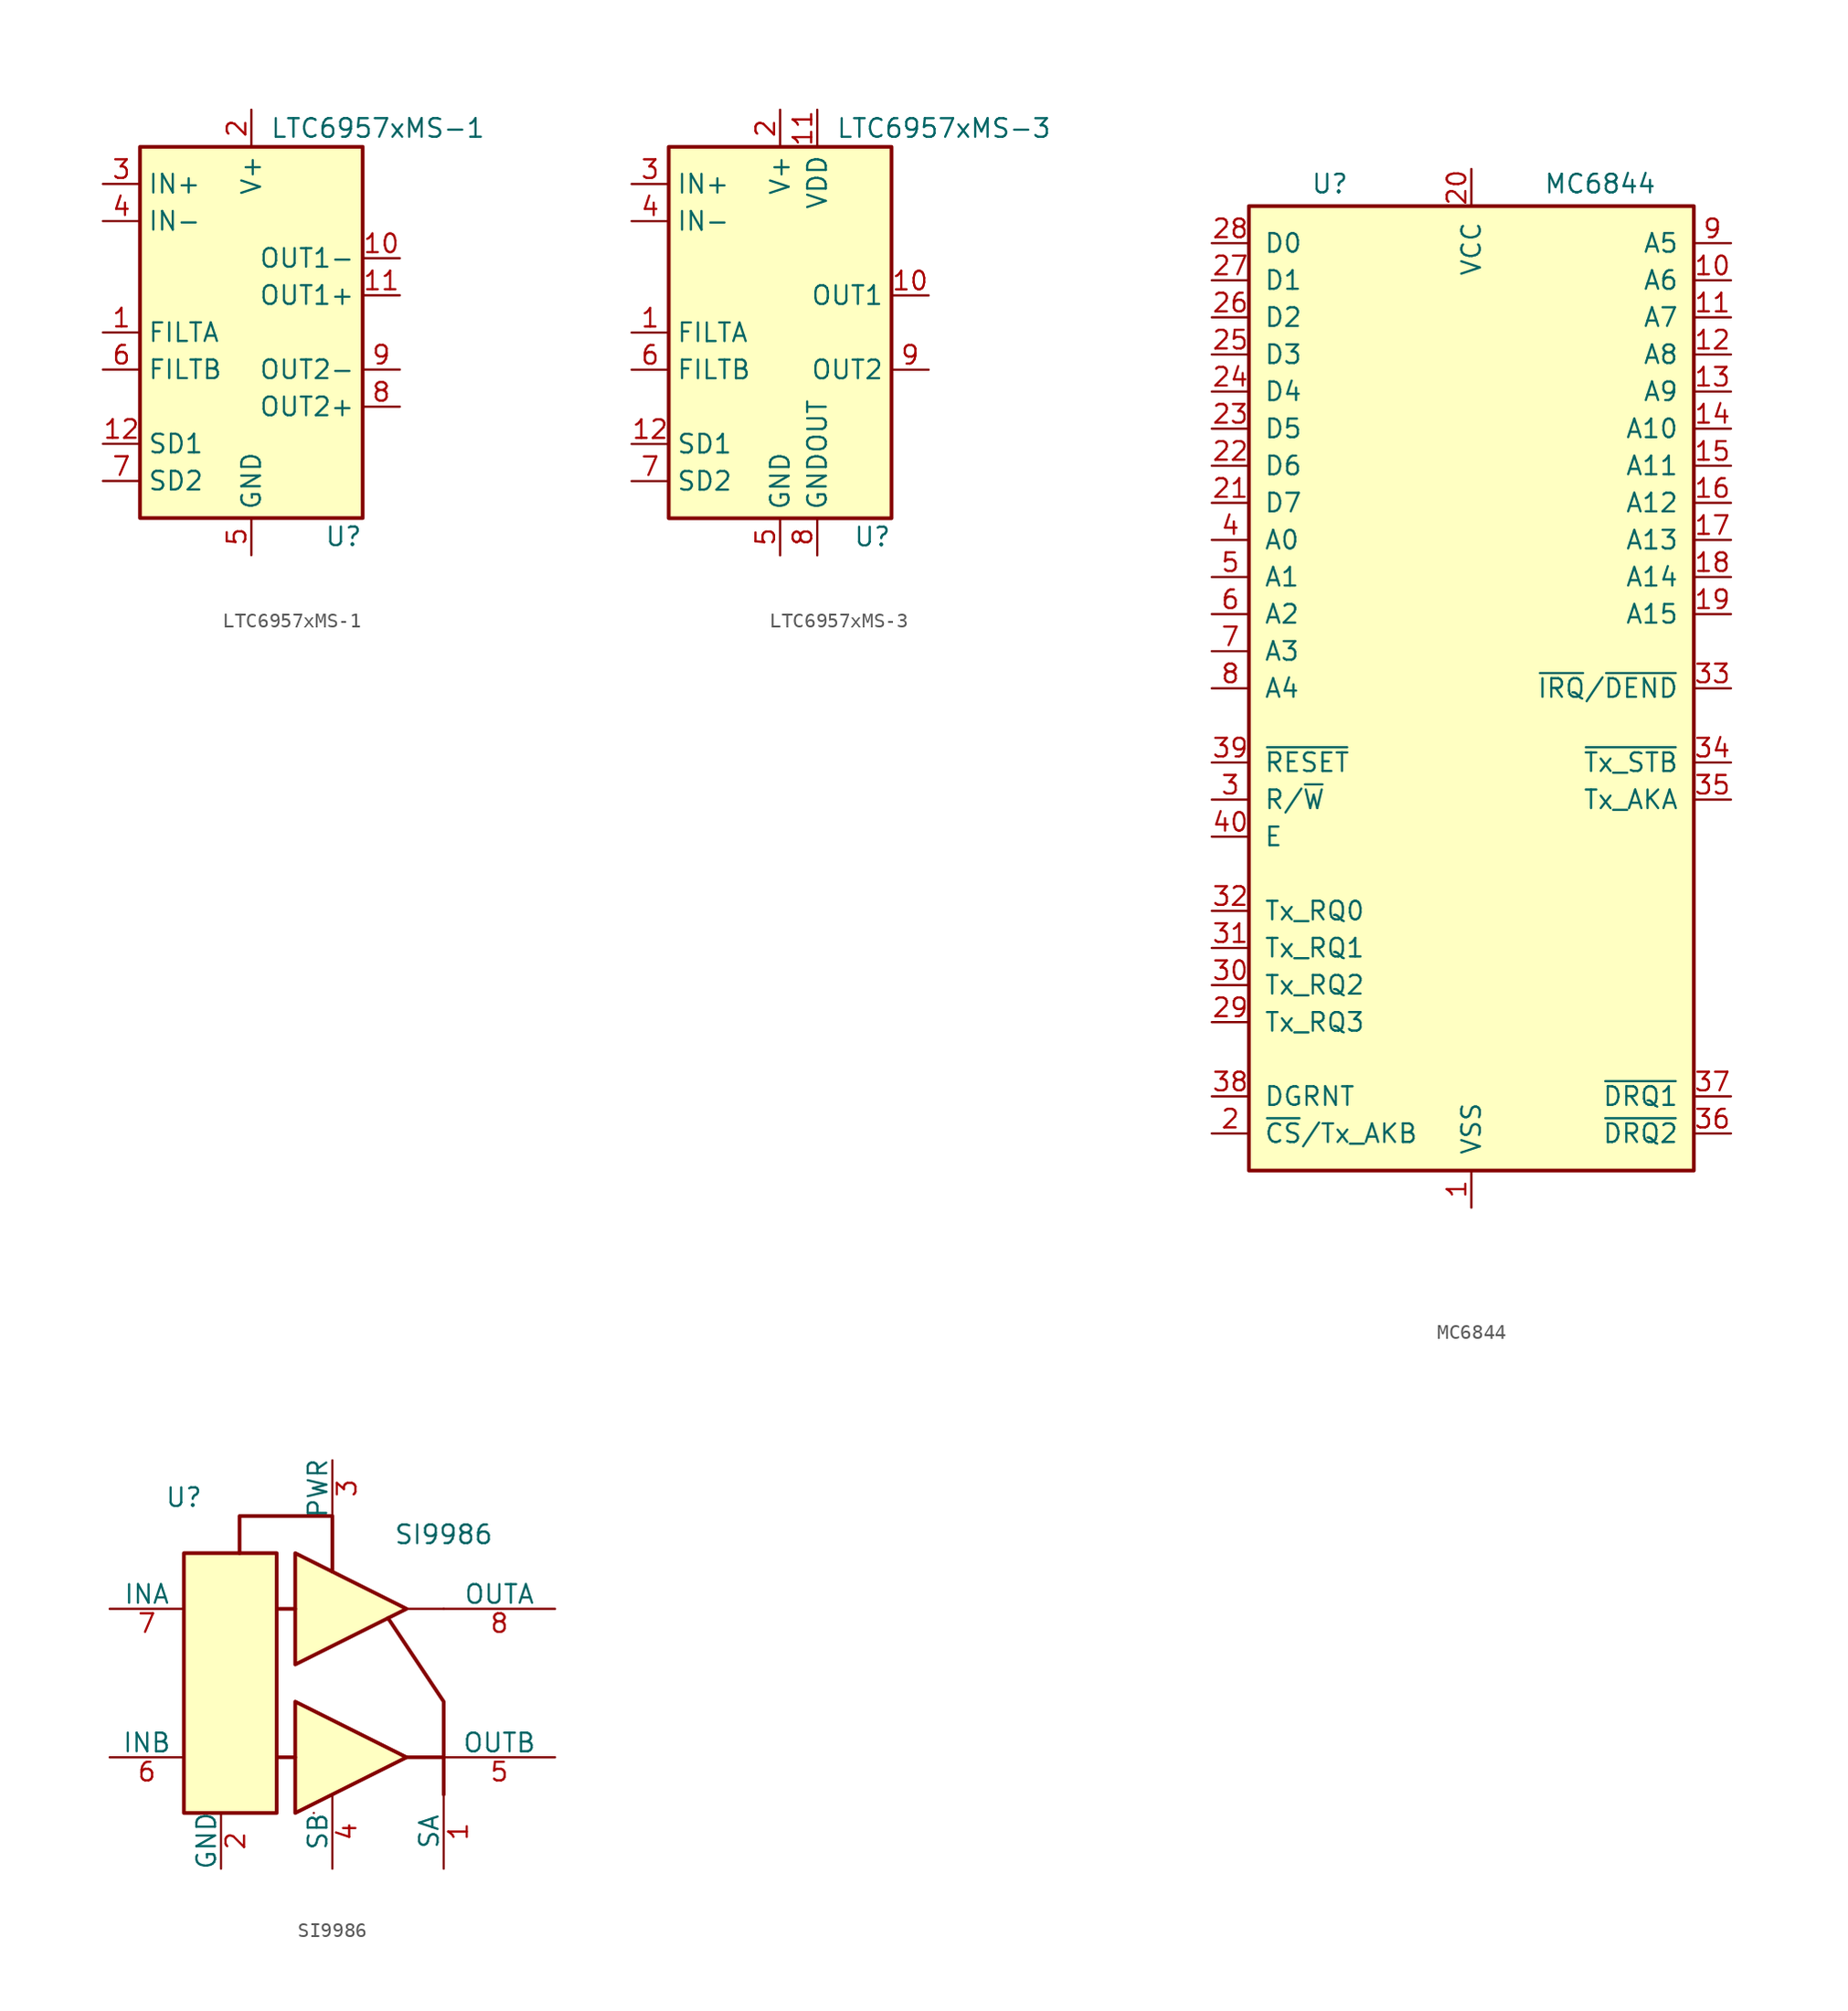
<source format=kicad_sym>
(kicad_symbol_lib
  (version 20201005)
  (generator kicad_symbol_editor)
  (symbol "LTC6957xMS-1"
    (property "Reference" "U"
      (at 7.62 -13.97 0)
      (effects (font (size 1.27 1.27)) (justify right)))
    (property "Value" "LTC6957xMS-1"
      (at 1.27 13.97 0)
      (effects (font (size 1.27 1.27)) (justify left)))
    (symbol "LTC6957xMS-1_0_1"
      (rectangle (start -7.62 12.7) (end 7.62 -12.7) (stroke (width 0.254)) (fill (type background))))
    (symbol "LTC6957xMS-1_1_1"
      (pin input line (at -10.16 0 0) (length 2.54) (name "FILTA" (effects (font (size 1.27 1.27)))) (number "1" (effects (font (size 1.27 1.27)))))
      (pin open_emitter line (at 10.16 5.08 180) (length 2.54) (name "OUT1-" (effects (font (size 1.27 1.27)))) (number "10" (effects (font (size 1.27 1.27)))))
      (pin open_emitter line (at 10.16 2.54 180) (length 2.54) (name "OUT1+" (effects (font (size 1.27 1.27)))) (number "11" (effects (font (size 1.27 1.27)))))
      (pin input line (at -10.16 -7.62 0) (length 2.54) (name "SD1" (effects (font (size 1.27 1.27)))) (number "12" (effects (font (size 1.27 1.27)))))
      (pin power_in line (at 0 15.24 270) (length 2.54) (name "V+" (effects (font (size 1.27 1.27)))) (number "2" (effects (font (size 1.27 1.27)))))
      (pin input line (at -10.16 10.16 0) (length 2.54) (name "IN+" (effects (font (size 1.27 1.27)))) (number "3" (effects (font (size 1.27 1.27)))))
      (pin input line (at -10.16 7.62 0) (length 2.54) (name "IN-" (effects (font (size 1.27 1.27)))) (number "4" (effects (font (size 1.27 1.27)))))
      (pin power_in line (at 0 -15.24 90) (length 2.54) (name "GND" (effects (font (size 1.27 1.27)))) (number "5" (effects (font (size 1.27 1.27)))))
      (pin input line (at -10.16 -2.54 0) (length 2.54) (name "FILTB" (effects (font (size 1.27 1.27)))) (number "6" (effects (font (size 1.27 1.27)))))
      (pin input line (at -10.16 -10.16 0) (length 2.54) (name "SD2" (effects (font (size 1.27 1.27)))) (number "7" (effects (font (size 1.27 1.27)))))
      (pin open_emitter line (at 10.16 -5.08 180) (length 2.54) (name "OUT2+" (effects (font (size 1.27 1.27)))) (number "8" (effects (font (size 1.27 1.27)))))
      (pin open_emitter line (at 10.16 -2.54 180) (length 2.54) (name "OUT2-" (effects (font (size 1.27 1.27)))) (number "9" (effects (font (size 1.27 1.27)))))))
  (symbol "LTC6957xMS-3"
    (property "Reference" "U"
      (at 7.62 -13.97 0)
      (effects (font (size 1.27 1.27)) (justify right)))
    (property "Value" "LTC6957xMS-3"
      (at 3.81 13.97 0)
      (effects (font (size 1.27 1.27)) (justify left)))
    (symbol "LTC6957xMS-3_0_1"
      (rectangle (start -7.62 12.7) (end 7.62 -12.7) (stroke (width 0.254)) (fill (type background))))
    (symbol "LTC6957xMS-3_1_1"
      (pin input line (at -10.16 0 0) (length 2.54) (name "FILTA" (effects (font (size 1.27 1.27)))) (number "1" (effects (font (size 1.27 1.27)))))
      (pin output line (at 10.16 2.54 180) (length 2.54) (name "OUT1" (effects (font (size 1.27 1.27)))) (number "10" (effects (font (size 1.27 1.27)))))
      (pin power_in line (at 2.54 15.24 270) (length 2.54) (name "VDD" (effects (font (size 1.27 1.27)))) (number "11" (effects (font (size 1.27 1.27)))))
      (pin input line (at -10.16 -7.62 0) (length 2.54) (name "SD1" (effects (font (size 1.27 1.27)))) (number "12" (effects (font (size 1.27 1.27)))))
      (pin power_in line (at 0 15.24 270) (length 2.54) (name "V+" (effects (font (size 1.27 1.27)))) (number "2" (effects (font (size 1.27 1.27)))))
      (pin input line (at -10.16 10.16 0) (length 2.54) (name "IN+" (effects (font (size 1.27 1.27)))) (number "3" (effects (font (size 1.27 1.27)))))
      (pin input line (at -10.16 7.62 0) (length 2.54) (name "IN-" (effects (font (size 1.27 1.27)))) (number "4" (effects (font (size 1.27 1.27)))))
      (pin power_in line (at 0 -15.24 90) (length 2.54) (name "GND" (effects (font (size 1.27 1.27)))) (number "5" (effects (font (size 1.27 1.27)))))
      (pin input line (at -10.16 -2.54 0) (length 2.54) (name "FILTB" (effects (font (size 1.27 1.27)))) (number "6" (effects (font (size 1.27 1.27)))))
      (pin input line (at -10.16 -10.16 0) (length 2.54) (name "SD2" (effects (font (size 1.27 1.27)))) (number "7" (effects (font (size 1.27 1.27)))))
      (pin output line (at 2.54 -15.24 90) (length 2.54) (name "GNDOUT" (effects (font (size 1.27 1.27)))) (number "8" (effects (font (size 1.27 1.27)))))
      (pin output line (at 10.16 -2.54 180) (length 2.54) (name "OUT2" (effects (font (size 1.27 1.27)))) (number "9" (effects (font (size 1.27 1.27)))))))
  (symbol "MC6844"
    (pin_names
      (offset 1.016))
    (property "Reference" "U"
      (at -8.382 34.544 0)
      (effects (font (size 1.27 1.27)) (justify right)))
    (property "Value" "MC6844"
      (at 12.7 34.544 0)
      (effects (font (size 1.27 1.27)) (justify right)))
    (symbol "MC6844_0_1"
      (rectangle (start -15.24 -33.02) (end 15.24 33.02) (stroke (width 0.254)) (fill (type background))))
    (symbol "MC6844_1_1"
      (pin power_in line (at 0 -35.56 90) (length 2.54) (name "VSS" (effects (font (size 1.27 1.27)))) (number "1" (effects (font (size 1.27 1.27)))))
      (pin output line (at 17.78 27.94 180) (length 2.54) (name "A6" (effects (font (size 1.27 1.27)))) (number "10" (effects (font (size 1.27 1.27)))))
      (pin output line (at 17.78 25.4 180) (length 2.54) (name "A7" (effects (font (size 1.27 1.27)))) (number "11" (effects (font (size 1.27 1.27)))))
      (pin output line (at 17.78 22.86 180) (length 2.54) (name "A8" (effects (font (size 1.27 1.27)))) (number "12" (effects (font (size 1.27 1.27)))))
      (pin output line (at 17.78 20.32 180) (length 2.54) (name "A9" (effects (font (size 1.27 1.27)))) (number "13" (effects (font (size 1.27 1.27)))))
      (pin output line (at 17.78 17.78 180) (length 2.54) (name "A10" (effects (font (size 1.27 1.27)))) (number "14" (effects (font (size 1.27 1.27)))))
      (pin output line (at 17.78 15.24 180) (length 2.54) (name "A11" (effects (font (size 1.27 1.27)))) (number "15" (effects (font (size 1.27 1.27)))))
      (pin output line (at 17.78 12.7 180) (length 2.54) (name "A12" (effects (font (size 1.27 1.27)))) (number "16" (effects (font (size 1.27 1.27)))))
      (pin output line (at 17.78 10.16 180) (length 2.54) (name "A13" (effects (font (size 1.27 1.27)))) (number "17" (effects (font (size 1.27 1.27)))))
      (pin output line (at 17.78 7.62 180) (length 2.54) (name "A14" (effects (font (size 1.27 1.27)))) (number "18" (effects (font (size 1.27 1.27)))))
      (pin output line (at 17.78 5.08 180) (length 2.54) (name "A15" (effects (font (size 1.27 1.27)))) (number "19" (effects (font (size 1.27 1.27)))))
      (pin bidirectional line (at -17.78 -30.48 0) (length 2.54) (name "~CS~/Tx_AKB" (effects (font (size 1.27 1.27)))) (number "2" (effects (font (size 1.27 1.27)))))
      (pin power_in line (at 0 35.56 270) (length 2.54) (name "VCC" (effects (font (size 1.27 1.27)))) (number "20" (effects (font (size 1.27 1.27)))))
      (pin bidirectional line (at -17.78 12.7 0) (length 2.54) (name "D7" (effects (font (size 1.27 1.27)))) (number "21" (effects (font (size 1.27 1.27)))))
      (pin bidirectional line (at -17.78 15.24 0) (length 2.54) (name "D6" (effects (font (size 1.27 1.27)))) (number "22" (effects (font (size 1.27 1.27)))))
      (pin bidirectional line (at -17.78 17.78 0) (length 2.54) (name "D5" (effects (font (size 1.27 1.27)))) (number "23" (effects (font (size 1.27 1.27)))))
      (pin bidirectional line (at -17.78 20.32 0) (length 2.54) (name "D4" (effects (font (size 1.27 1.27)))) (number "24" (effects (font (size 1.27 1.27)))))
      (pin bidirectional line (at -17.78 22.86 0) (length 2.54) (name "D3" (effects (font (size 1.27 1.27)))) (number "25" (effects (font (size 1.27 1.27)))))
      (pin bidirectional line (at -17.78 25.4 0) (length 2.54) (name "D2" (effects (font (size 1.27 1.27)))) (number "26" (effects (font (size 1.27 1.27)))))
      (pin bidirectional line (at -17.78 27.94 0) (length 2.54) (name "D1" (effects (font (size 1.27 1.27)))) (number "27" (effects (font (size 1.27 1.27)))))
      (pin bidirectional line (at -17.78 30.48 0) (length 2.54) (name "D0" (effects (font (size 1.27 1.27)))) (number "28" (effects (font (size 1.27 1.27)))))
      (pin input line (at -17.78 -22.86 0) (length 2.54) (name "Tx_RQ3" (effects (font (size 1.27 1.27)))) (number "29" (effects (font (size 1.27 1.27)))))
      (pin bidirectional line (at -17.78 -7.62 0) (length 2.54) (name "R/~W" (effects (font (size 1.27 1.27)))) (number "3" (effects (font (size 1.27 1.27)))))
      (pin input line (at -17.78 -20.32 0) (length 2.54) (name "Tx_RQ2" (effects (font (size 1.27 1.27)))) (number "30" (effects (font (size 1.27 1.27)))))
      (pin input line (at -17.78 -17.78 0) (length 2.54) (name "Tx_RQ1" (effects (font (size 1.27 1.27)))) (number "31" (effects (font (size 1.27 1.27)))))
      (pin input line (at -17.78 -15.24 0) (length 2.54) (name "Tx_RQ0" (effects (font (size 1.27 1.27)))) (number "32" (effects (font (size 1.27 1.27)))))
      (pin output line (at 17.78 0 180) (length 2.54) (name "~IRQ~/~DEND" (effects (font (size 1.27 1.27)))) (number "33" (effects (font (size 1.27 1.27)))))
      (pin output line (at 17.78 -5.08 180) (length 2.54) (name "~Tx_STB" (effects (font (size 1.27 1.27)))) (number "34" (effects (font (size 1.27 1.27)))))
      (pin output line (at 17.78 -7.62 180) (length 2.54) (name "Tx_AKA" (effects (font (size 1.27 1.27)))) (number "35" (effects (font (size 1.27 1.27)))))
      (pin output line (at 17.78 -30.48 180) (length 2.54) (name "~DRQ2" (effects (font (size 1.27 1.27)))) (number "36" (effects (font (size 1.27 1.27)))))
      (pin output line (at 17.78 -27.94 180) (length 2.54) (name "~DRQ1" (effects (font (size 1.27 1.27)))) (number "37" (effects (font (size 1.27 1.27)))))
      (pin input line (at -17.78 -27.94 0) (length 2.54) (name "DGRNT" (effects (font (size 1.27 1.27)))) (number "38" (effects (font (size 1.27 1.27)))))
      (pin input line (at -17.78 -5.08 0) (length 2.54) (name "~RESET" (effects (font (size 1.27 1.27)))) (number "39" (effects (font (size 1.27 1.27)))))
      (pin bidirectional line (at -17.78 10.16 0) (length 2.54) (name "A0" (effects (font (size 1.27 1.27)))) (number "4" (effects (font (size 1.27 1.27)))))
      (pin input line (at -17.78 -10.16 0) (length 2.54) (name "E" (effects (font (size 1.27 1.27)))) (number "40" (effects (font (size 1.27 1.27)))))
      (pin bidirectional line (at -17.78 7.62 0) (length 2.54) (name "A1" (effects (font (size 1.27 1.27)))) (number "5" (effects (font (size 1.27 1.27)))))
      (pin bidirectional line (at -17.78 5.08 0) (length 2.54) (name "A2" (effects (font (size 1.27 1.27)))) (number "6" (effects (font (size 1.27 1.27)))))
      (pin bidirectional line (at -17.78 2.54 0) (length 2.54) (name "A3" (effects (font (size 1.27 1.27)))) (number "7" (effects (font (size 1.27 1.27)))))
      (pin bidirectional line (at -17.78 0 0) (length 2.54) (name "A4" (effects (font (size 1.27 1.27)))) (number "8" (effects (font (size 1.27 1.27)))))
      (pin output line (at 17.78 30.48 180) (length 2.54) (name "A5" (effects (font (size 1.27 1.27)))) (number "9" (effects (font (size 1.27 1.27)))))))
  (symbol "SI9986"
    (pin_names
      (offset 0))
    (property "Reference" "U"
      (at -7.62 12.7 0)
      (effects (font (size 1.27 1.27))))
    (property "Value" "SI9986"
      (at 10.16 10.16 0)
      (effects (font (size 1.27 1.27))))
    (symbol "SI9986_0_1"
      (rectangle (start -7.62 8.89) (end -1.27 -8.89) (stroke (width 0.254)) (fill (type background)))
      (polyline (pts (xy 10.16 -5.08) (xy 7.62 -5.08)) (stroke (width 0.254)) (fill (type none)))
      (polyline (pts (xy 10.16 5.08) (xy 7.62 5.08)) (stroke (width 0)) (fill (type none)))
      (polyline (pts (xy 0 -5.08) (xy -1.27 -5.08) (xy -1.27 -5.08)) (stroke (width 0.254)) (fill (type none)))
      (polyline (pts (xy 10.16 -7.62) (xy 10.16 -1.27) (xy 6.35 4.445)) (stroke (width 0.254)) (fill (type none)))
      (polyline (pts (xy 0 -1.27) (xy 0 -8.89) (xy 7.62 -5.08) (xy 0 -1.27)) (stroke (width 0.254)) (fill (type background)))
      (polyline (pts (xy 0 8.89) (xy 0 1.27) (xy 7.62 5.08) (xy 0 8.89)) (stroke (width 0.254)) (fill (type background)))
      (polyline (pts (xy 1.27 -8.89) (xy 1.27 -8.89) (xy 1.27 -8.89) (xy 1.27 -8.89)) (stroke (width 0)) (fill (type none)))
      (polyline (pts (xy 0 5.08) (xy -1.27 5.08) (xy -1.27 5.08) (xy -1.27 5.08) (xy -1.27 5.08)) (stroke (width 0.254)) (fill (type none)))
      (polyline (pts (xy -3.81 8.89) (xy -3.81 11.43) (xy 2.54 11.43) (xy 2.54 7.62) (xy 2.54 7.62) (xy 2.54 7.62)) (stroke (width 0.254)) (fill (type none))))
    (symbol "SI9986_1_1"
      (pin power_in line (at 10.16 -12.7 90) (length 5.08) (name "SA" (effects (font (size 1.27 1.27)))) (number "1" (effects (font (size 1.27 1.27)))))
      (pin power_in line (at -5.08 -12.7 90) (length 3.81) (name "GND" (effects (font (size 1.27 1.27)))) (number "2" (effects (font (size 1.27 1.27)))))
      (pin power_in line (at 2.54 15.24 270) (length 3.81) (name "PWR" (effects (font (size 1.27 1.27)))) (number "3" (effects (font (size 1.27 1.27)))))
      (pin power_in line (at 2.54 -12.7 90) (length 5.08) (name "SB" (effects (font (size 1.27 1.27)))) (number "4" (effects (font (size 1.27 1.27)))))
      (pin input line (at 17.78 -5.08 180) (length 7.62) (name "OUTB" (effects (font (size 1.27 1.27)))) (number "5" (effects (font (size 1.27 1.27)))))
      (pin input line (at -12.7 -5.08 0) (length 5.08) (name "INB" (effects (font (size 1.27 1.27)))) (number "6" (effects (font (size 1.27 1.27)))))
      (pin input line (at -12.7 5.08 0) (length 5.08) (name "INA" (effects (font (size 1.27 1.27)))) (number "7" (effects (font (size 1.27 1.27)))))
      (pin input line (at 17.78 5.08 180) (length 7.62) (name "OUTA" (effects (font (size 1.27 1.27)))) (number "8" (effects (font (size 1.27 1.27))))))))
</source>
